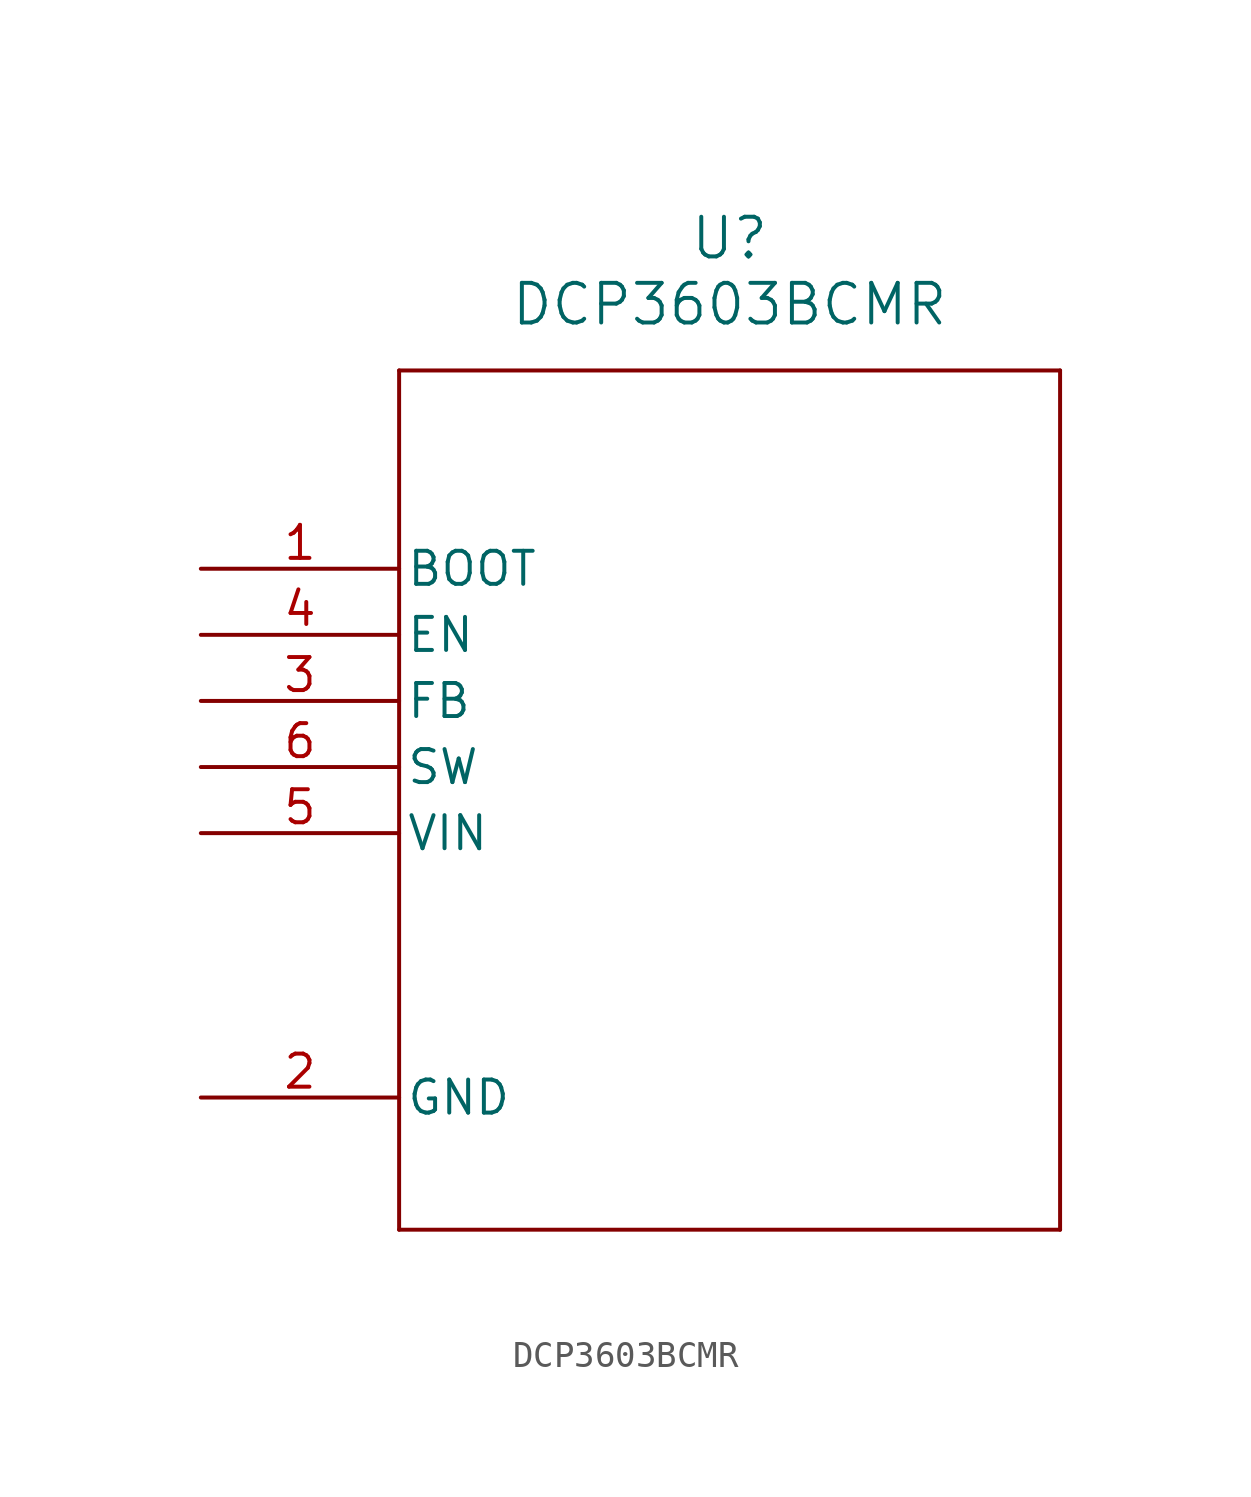
<source format=kicad_sym>
(kicad_symbol_lib
  (version 20211014)
  (generator kicad_symbol_editor)
  (symbol "DCP3603BCMR"
    (pin_names
      (offset 0.254))
    (property "Reference" "U"
      (at 20.32 12.7 0)
      (effects (font (size 1.524 1.524))))
    (property "Value" "DCP3603BCMR"
      (at 20.32 10.16 0)
      (effects (font (size 1.524 1.524))))
    (symbol "DCP3603BCMR_0_1"
      (polyline (pts (xy 7.62 7.62) (xy 7.62 -25.4)) (stroke (width 0) (type default) (color 0 0 0 0)) (fill (type none)))
      (polyline (pts (xy 7.62 -25.4) (xy 33.02 -25.4)) (stroke (width 0) (type default) (color 0 0 0 0)) (fill (type none)))
      (polyline (pts (xy 33.02 -25.4) (xy 33.02 7.62)) (stroke (width 0) (type default) (color 0 0 0 0)) (fill (type none)))
      (polyline (pts (xy 33.02 7.62) (xy 7.62 7.62)) (stroke (width 0) (type default) (color 0 0 0 0)) (fill (type none)))
      (pin unspecified line (at 0 0 0) (length 7.62) (name "BOOT" (effects (font (size 1.27 1.27)))) (number "1" (effects (font (size 1.27 1.27)))))
      (pin power_out line (at 0 -20.32 0) (length 7.62) (name "GND" (effects (font (size 1.27 1.27)))) (number "2" (effects (font (size 1.27 1.27)))))
      (pin unspecified line (at 0 -5.08 0) (length 7.62) (name "FB" (effects (font (size 1.27 1.27)))) (number "3" (effects (font (size 1.27 1.27)))))
      (pin unspecified line (at 0 -2.54 0) (length 7.62) (name "EN" (effects (font (size 1.27 1.27)))) (number "4" (effects (font (size 1.27 1.27)))))
      (pin unspecified line (at 0 -10.16 0) (length 7.62) (name "VIN" (effects (font (size 1.27 1.27)))) (number "5" (effects (font (size 1.27 1.27)))))
      (pin unspecified line (at 0 -7.62 0) (length 7.62) (name "SW" (effects (font (size 1.27 1.27)))) (number "6" (effects (font (size 1.27 1.27))))))))
</source>
